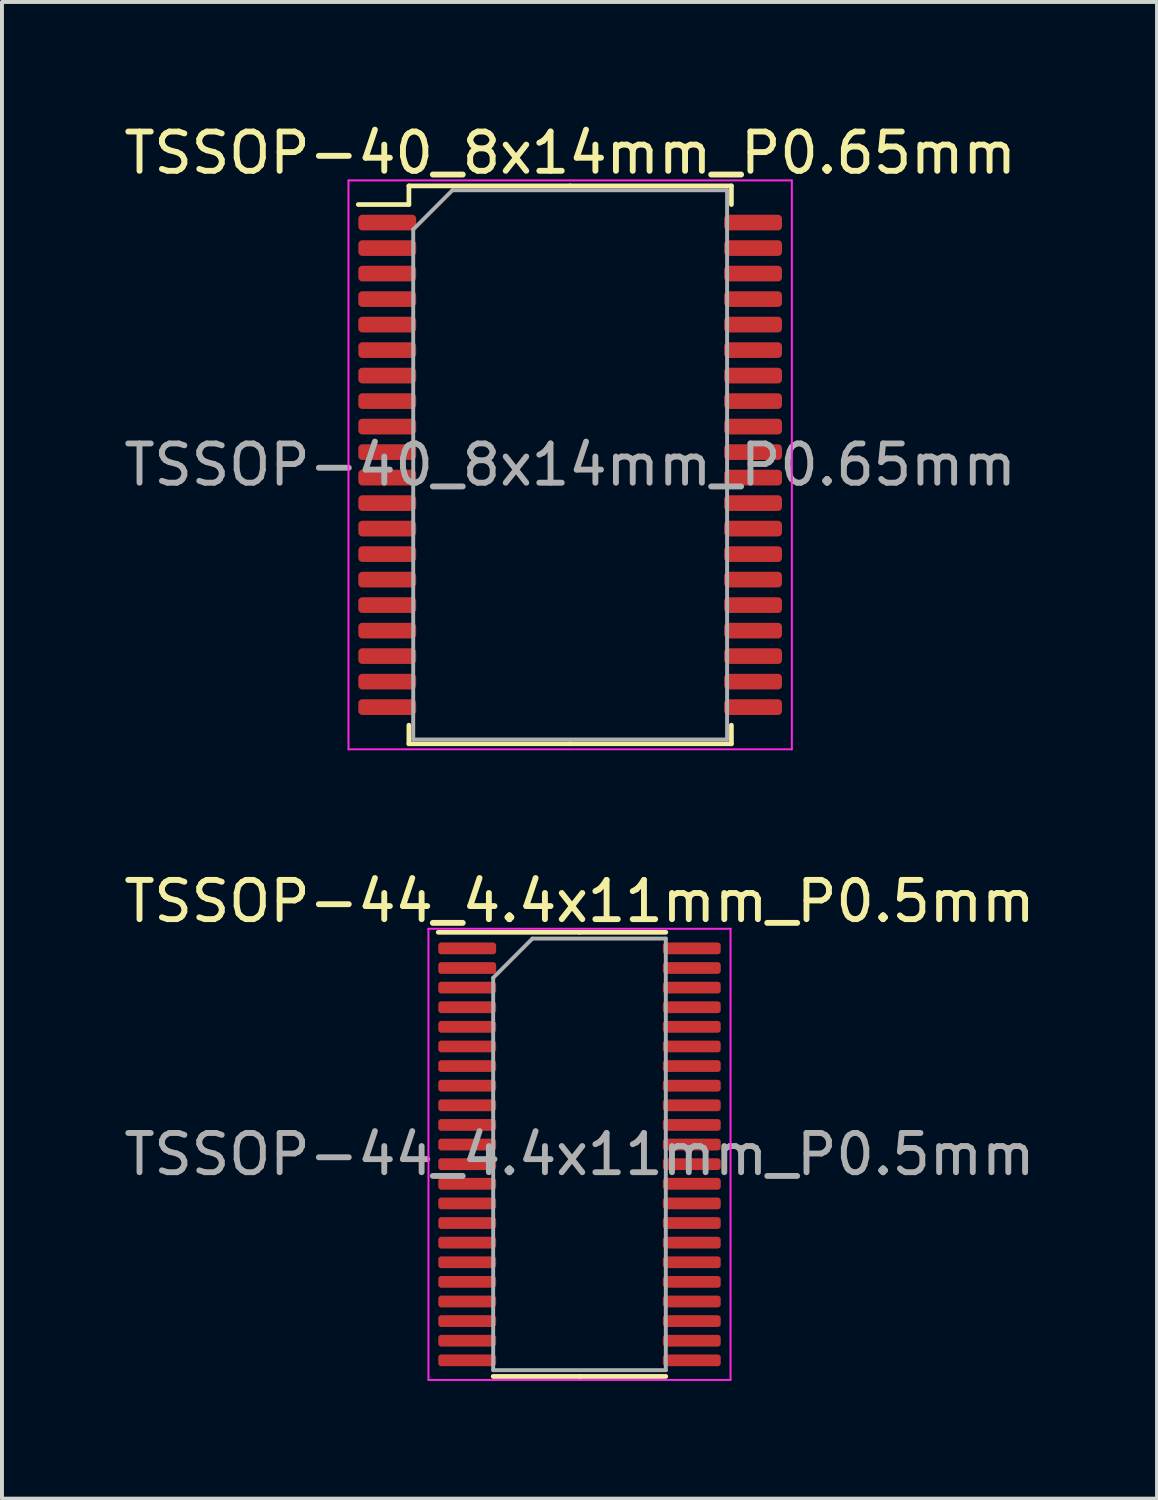
<source format=kicad_pcb>
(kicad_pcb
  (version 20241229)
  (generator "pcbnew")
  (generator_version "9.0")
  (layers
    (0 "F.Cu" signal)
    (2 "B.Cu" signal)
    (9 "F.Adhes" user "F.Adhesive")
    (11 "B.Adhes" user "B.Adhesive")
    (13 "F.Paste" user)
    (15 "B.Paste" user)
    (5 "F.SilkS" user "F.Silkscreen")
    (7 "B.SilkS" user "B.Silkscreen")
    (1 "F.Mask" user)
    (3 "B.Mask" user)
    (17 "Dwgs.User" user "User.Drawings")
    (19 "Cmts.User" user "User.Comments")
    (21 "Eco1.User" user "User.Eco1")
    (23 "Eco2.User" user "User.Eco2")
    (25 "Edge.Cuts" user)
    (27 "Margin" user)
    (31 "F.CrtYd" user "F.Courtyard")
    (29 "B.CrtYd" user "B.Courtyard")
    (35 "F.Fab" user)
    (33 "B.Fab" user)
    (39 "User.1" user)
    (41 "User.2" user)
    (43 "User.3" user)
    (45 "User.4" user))
  (footprint "TSSOP-44_4.4x11mm_P0.5mm"
    (layer "F.Cu")
    (at 11.72 26.372)
    (property "Reference" "TSSOP-44_4.4x11mm_P0.5mm" (at 0 -6.45 0) (layer "F.SilkS") (effects (font (size 1 1) (thickness 0.15))))
    (attr smd)
    (fp_line (start 0 -5.66) (end -3.6 -5.66) (stroke (width 0.12) (type solid)) (layer "F.SilkS"))
    (fp_line (start 0 -5.66) (end 2.2 -5.66) (stroke (width 0.12) (type solid)) (layer "F.SilkS"))
    (fp_line (start 0 5.66) (end -2.2 5.66) (stroke (width 0.12) (type solid)) (layer "F.SilkS"))
    (fp_line (start 0 5.66) (end 2.2 5.66) (stroke (width 0.12) (type solid)) (layer "F.SilkS"))
    (fp_line (start -3.85 -5.75) (end -3.85 5.75) (stroke (width 0.05) (type solid)) (layer "F.CrtYd"))
    (fp_line (start -3.85 5.75) (end 3.85 5.75) (stroke (width 0.05) (type solid)) (layer "F.CrtYd"))
    (fp_line (start 3.85 -5.75) (end -3.85 -5.75) (stroke (width 0.05) (type solid)) (layer "F.CrtYd"))
    (fp_line (start 3.85 5.75) (end 3.85 -5.75) (stroke (width 0.05) (type solid)) (layer "F.CrtYd"))
    (fp_line (start -2.2 -4.5) (end -1.2 -5.5) (stroke (width 0.1) (type solid)) (layer "F.Fab"))
    (fp_line (start -2.2 5.5) (end -2.2 -4.5) (stroke (width 0.1) (type solid)) (layer "F.Fab"))
    (fp_line (start -1.2 -5.5) (end 2.2 -5.5) (stroke (width 0.1) (type solid)) (layer "F.Fab"))
    (fp_line (start 2.2 -5.5) (end 2.2 5.5) (stroke (width 0.1) (type solid)) (layer "F.Fab"))
    (fp_line (start 2.2 5.5) (end -2.2 5.5) (stroke (width 0.1) (type solid)) (layer "F.Fab"))
    (fp_text user "${REFERENCE}" (at 0 0 0) (layer "F.Fab") (effects (font (size 1 1) (thickness 0.15))))
    (pad "1" smd roundrect (at -2.862 -5.25) (size 1.475 0.3) (layers "F.Cu" "F.Mask" "F.Paste") (roundrect_rratio 0.25))
    (pad "2" smd roundrect (at -2.862 -4.75) (size 1.475 0.3) (layers "F.Cu" "F.Mask" "F.Paste") (roundrect_rratio 0.25))
    (pad "3" smd roundrect (at -2.862 -4.25) (size 1.475 0.3) (layers "F.Cu" "F.Mask" "F.Paste") (roundrect_rratio 0.25))
    (pad "4" smd roundrect (at -2.862 -3.75) (size 1.475 0.3) (layers "F.Cu" "F.Mask" "F.Paste") (roundrect_rratio 0.25))
    (pad "5" smd roundrect (at -2.862 -3.25) (size 1.475 0.3) (layers "F.Cu" "F.Mask" "F.Paste") (roundrect_rratio 0.25))
    (pad "6" smd roundrect (at -2.862 -2.75) (size 1.475 0.3) (layers "F.Cu" "F.Mask" "F.Paste") (roundrect_rratio 0.25))
    (pad "7" smd roundrect (at -2.862 -2.25) (size 1.475 0.3) (layers "F.Cu" "F.Mask" "F.Paste") (roundrect_rratio 0.25))
    (pad "8" smd roundrect (at -2.862 -1.75) (size 1.475 0.3) (layers "F.Cu" "F.Mask" "F.Paste") (roundrect_rratio 0.25))
    (pad "9" smd roundrect (at -2.862 -1.25) (size 1.475 0.3) (layers "F.Cu" "F.Mask" "F.Paste") (roundrect_rratio 0.25))
    (pad "10" smd roundrect (at -2.862 -0.75) (size 1.475 0.3) (layers "F.Cu" "F.Mask" "F.Paste") (roundrect_rratio 0.25))
    (pad "11" smd roundrect (at -2.862 -0.25) (size 1.475 0.3) (layers "F.Cu" "F.Mask" "F.Paste") (roundrect_rratio 0.25))
    (pad "12" smd roundrect (at -2.862 0.25) (size 1.475 0.3) (layers "F.Cu" "F.Mask" "F.Paste") (roundrect_rratio 0.25))
    (pad "13" smd roundrect (at -2.862 0.75) (size 1.475 0.3) (layers "F.Cu" "F.Mask" "F.Paste") (roundrect_rratio 0.25))
    (pad "14" smd roundrect (at -2.862 1.25) (size 1.475 0.3) (layers "F.Cu" "F.Mask" "F.Paste") (roundrect_rratio 0.25))
    (pad "15" smd roundrect (at -2.862 1.75) (size 1.475 0.3) (layers "F.Cu" "F.Mask" "F.Paste") (roundrect_rratio 0.25))
    (pad "16" smd roundrect (at -2.862 2.25) (size 1.475 0.3) (layers "F.Cu" "F.Mask" "F.Paste") (roundrect_rratio 0.25))
    (pad "17" smd roundrect (at -2.862 2.75) (size 1.475 0.3) (layers "F.Cu" "F.Mask" "F.Paste") (roundrect_rratio 0.25))
    (pad "18" smd roundrect (at -2.862 3.25) (size 1.475 0.3) (layers "F.Cu" "F.Mask" "F.Paste") (roundrect_rratio 0.25))
    (pad "19" smd roundrect (at -2.862 3.75) (size 1.475 0.3) (layers "F.Cu" "F.Mask" "F.Paste") (roundrect_rratio 0.25))
    (pad "20" smd roundrect (at -2.862 4.25) (size 1.475 0.3) (layers "F.Cu" "F.Mask" "F.Paste") (roundrect_rratio 0.25))
    (pad "21" smd roundrect (at -2.862 4.75) (size 1.475 0.3) (layers "F.Cu" "F.Mask" "F.Paste") (roundrect_rratio 0.25))
    (pad "22" smd roundrect (at -2.862 5.25) (size 1.475 0.3) (layers "F.Cu" "F.Mask" "F.Paste") (roundrect_rratio 0.25))
    (pad "23" smd roundrect (at 2.862 5.25) (size 1.475 0.3) (layers "F.Cu" "F.Mask" "F.Paste") (roundrect_rratio 0.25))
    (pad "24" smd roundrect (at 2.862 4.75) (size 1.475 0.3) (layers "F.Cu" "F.Mask" "F.Paste") (roundrect_rratio 0.25))
    (pad "25" smd roundrect (at 2.862 4.25) (size 1.475 0.3) (layers "F.Cu" "F.Mask" "F.Paste") (roundrect_rratio 0.25))
    (pad "26" smd roundrect (at 2.862 3.75) (size 1.475 0.3) (layers "F.Cu" "F.Mask" "F.Paste") (roundrect_rratio 0.25))
    (pad "27" smd roundrect (at 2.862 3.25) (size 1.475 0.3) (layers "F.Cu" "F.Mask" "F.Paste") (roundrect_rratio 0.25))
    (pad "28" smd roundrect (at 2.862 2.75) (size 1.475 0.3) (layers "F.Cu" "F.Mask" "F.Paste") (roundrect_rratio 0.25))
    (pad "29" smd roundrect (at 2.862 2.25) (size 1.475 0.3) (layers "F.Cu" "F.Mask" "F.Paste") (roundrect_rratio 0.25))
    (pad "30" smd roundrect (at 2.862 1.75) (size 1.475 0.3) (layers "F.Cu" "F.Mask" "F.Paste") (roundrect_rratio 0.25))
    (pad "31" smd roundrect (at 2.862 1.25) (size 1.475 0.3) (layers "F.Cu" "F.Mask" "F.Paste") (roundrect_rratio 0.25))
    (pad "32" smd roundrect (at 2.862 0.75) (size 1.475 0.3) (layers "F.Cu" "F.Mask" "F.Paste") (roundrect_rratio 0.25))
    (pad "33" smd roundrect (at 2.862 0.25) (size 1.475 0.3) (layers "F.Cu" "F.Mask" "F.Paste") (roundrect_rratio 0.25))
    (pad "34" smd roundrect (at 2.862 -0.25) (size 1.475 0.3) (layers "F.Cu" "F.Mask" "F.Paste") (roundrect_rratio 0.25))
    (pad "35" smd roundrect (at 2.862 -0.75) (size 1.475 0.3) (layers "F.Cu" "F.Mask" "F.Paste") (roundrect_rratio 0.25))
    (pad "36" smd roundrect (at 2.862 -1.25) (size 1.475 0.3) (layers "F.Cu" "F.Mask" "F.Paste") (roundrect_rratio 0.25))
    (pad "37" smd roundrect (at 2.862 -1.75) (size 1.475 0.3) (layers "F.Cu" "F.Mask" "F.Paste") (roundrect_rratio 0.25))
    (pad "38" smd roundrect (at 2.862 -2.25) (size 1.475 0.3) (layers "F.Cu" "F.Mask" "F.Paste") (roundrect_rratio 0.25))
    (pad "39" smd roundrect (at 2.862 -2.75) (size 1.475 0.3) (layers "F.Cu" "F.Mask" "F.Paste") (roundrect_rratio 0.25))
    (pad "40" smd roundrect (at 2.862 -3.25) (size 1.475 0.3) (layers "F.Cu" "F.Mask" "F.Paste") (roundrect_rratio 0.25))
    (pad "41" smd roundrect (at 2.862 -3.75) (size 1.475 0.3) (layers "F.Cu" "F.Mask" "F.Paste") (roundrect_rratio 0.25))
    (pad "42" smd roundrect (at 2.862 -4.25) (size 1.475 0.3) (layers "F.Cu" "F.Mask" "F.Paste") (roundrect_rratio 0.25))
    (pad "43" smd roundrect (at 2.862 -4.75) (size 1.475 0.3) (layers "F.Cu" "F.Mask" "F.Paste") (roundrect_rratio 0.25))
    (pad "44" smd roundrect (at 2.862 -5.25) (size 1.475 0.3) (layers "F.Cu" "F.Mask" "F.Paste") (roundrect_rratio 0.25)))
  (footprint "TSSOP-40_8x14mm_P0.65mm"
    (layer "F.Cu")
    (at 11.482 8.798)
    (property "Reference" "TSSOP-40_8x14mm_P0.65mm" (at 0 -7.95 0) (layer "F.SilkS") (effects (font (size 1 1) (thickness 0.15))))
    (attr smd)
    (fp_line (start -4.11 -7.11) (end -4.11 -6.635) (stroke (width 0.12) (type solid)) (layer "F.SilkS"))
    (fp_line (start -4.11 -6.635) (end -5.4 -6.635) (stroke (width 0.12) (type solid)) (layer "F.SilkS"))
    (fp_line (start -4.11 7.11) (end -4.11 6.635) (stroke (width 0.12) (type solid)) (layer "F.SilkS"))
    (fp_line (start 0 -7.11) (end -4.11 -7.11) (stroke (width 0.12) (type solid)) (layer "F.SilkS"))
    (fp_line (start 0 -7.11) (end 4.11 -7.11) (stroke (width 0.12) (type solid)) (layer "F.SilkS"))
    (fp_line (start 0 7.11) (end -4.11 7.11) (stroke (width 0.12) (type solid)) (layer "F.SilkS"))
    (fp_line (start 0 7.11) (end 4.11 7.11) (stroke (width 0.12) (type solid)) (layer "F.SilkS"))
    (fp_line (start 4.11 -7.11) (end 4.11 -6.635) (stroke (width 0.12) (type solid)) (layer "F.SilkS"))
    (fp_line (start 4.11 7.11) (end 4.11 6.635) (stroke (width 0.12) (type solid)) (layer "F.SilkS"))
    (fp_line (start -5.65 -7.25) (end -5.65 7.25) (stroke (width 0.05) (type solid)) (layer "F.CrtYd"))
    (fp_line (start -5.65 7.25) (end 5.65 7.25) (stroke (width 0.05) (type solid)) (layer "F.CrtYd"))
    (fp_line (start 5.65 -7.25) (end -5.65 -7.25) (stroke (width 0.05) (type solid)) (layer "F.CrtYd"))
    (fp_line (start 5.65 7.25) (end 5.65 -7.25) (stroke (width 0.05) (type solid)) (layer "F.CrtYd"))
    (fp_line (start -4 -6) (end -3 -7) (stroke (width 0.1) (type solid)) (layer "F.Fab"))
    (fp_line (start -4 7) (end -4 -6) (stroke (width 0.1) (type solid)) (layer "F.Fab"))
    (fp_line (start -3 -7) (end 4 -7) (stroke (width 0.1) (type solid)) (layer "F.Fab"))
    (fp_line (start 4 -7) (end 4 7) (stroke (width 0.1) (type solid)) (layer "F.Fab"))
    (fp_line (start 4 7) (end -4 7) (stroke (width 0.1) (type solid)) (layer "F.Fab"))
    (fp_text user "${REFERENCE}" (at 0 0 0) (layer "F.Fab") (effects (font (size 1 1) (thickness 0.15))))
    (pad "1" smd roundrect (at -4.662 -6.175) (size 1.475 0.4) (layers "F.Cu" "F.Mask" "F.Paste") (roundrect_rratio 0.25))
    (pad "2" smd roundrect (at -4.662 -5.525) (size 1.475 0.4) (layers "F.Cu" "F.Mask" "F.Paste") (roundrect_rratio 0.25))
    (pad "3" smd roundrect (at -4.662 -4.875) (size 1.475 0.4) (layers "F.Cu" "F.Mask" "F.Paste") (roundrect_rratio 0.25))
    (pad "4" smd roundrect (at -4.662 -4.225) (size 1.475 0.4) (layers "F.Cu" "F.Mask" "F.Paste") (roundrect_rratio 0.25))
    (pad "5" smd roundrect (at -4.662 -3.575) (size 1.475 0.4) (layers "F.Cu" "F.Mask" "F.Paste") (roundrect_rratio 0.25))
    (pad "6" smd roundrect (at -4.662 -2.925) (size 1.475 0.4) (layers "F.Cu" "F.Mask" "F.Paste") (roundrect_rratio 0.25))
    (pad "7" smd roundrect (at -4.662 -2.275) (size 1.475 0.4) (layers "F.Cu" "F.Mask" "F.Paste") (roundrect_rratio 0.25))
    (pad "8" smd roundrect (at -4.662 -1.625) (size 1.475 0.4) (layers "F.Cu" "F.Mask" "F.Paste") (roundrect_rratio 0.25))
    (pad "9" smd roundrect (at -4.662 -0.975) (size 1.475 0.4) (layers "F.Cu" "F.Mask" "F.Paste") (roundrect_rratio 0.25))
    (pad "10" smd roundrect (at -4.662 -0.325) (size 1.475 0.4) (layers "F.Cu" "F.Mask" "F.Paste") (roundrect_rratio 0.25))
    (pad "11" smd roundrect (at -4.662 0.325) (size 1.475 0.4) (layers "F.Cu" "F.Mask" "F.Paste") (roundrect_rratio 0.25))
    (pad "12" smd roundrect (at -4.662 0.975) (size 1.475 0.4) (layers "F.Cu" "F.Mask" "F.Paste") (roundrect_rratio 0.25))
    (pad "13" smd roundrect (at -4.662 1.625) (size 1.475 0.4) (layers "F.Cu" "F.Mask" "F.Paste") (roundrect_rratio 0.25))
    (pad "14" smd roundrect (at -4.662 2.275) (size 1.475 0.4) (layers "F.Cu" "F.Mask" "F.Paste") (roundrect_rratio 0.25))
    (pad "15" smd roundrect (at -4.662 2.925) (size 1.475 0.4) (layers "F.Cu" "F.Mask" "F.Paste") (roundrect_rratio 0.25))
    (pad "16" smd roundrect (at -4.662 3.575) (size 1.475 0.4) (layers "F.Cu" "F.Mask" "F.Paste") (roundrect_rratio 0.25))
    (pad "17" smd roundrect (at -4.662 4.225) (size 1.475 0.4) (layers "F.Cu" "F.Mask" "F.Paste") (roundrect_rratio 0.25))
    (pad "18" smd roundrect (at -4.662 4.875) (size 1.475 0.4) (layers "F.Cu" "F.Mask" "F.Paste") (roundrect_rratio 0.25))
    (pad "19" smd roundrect (at -4.662 5.525) (size 1.475 0.4) (layers "F.Cu" "F.Mask" "F.Paste") (roundrect_rratio 0.25))
    (pad "20" smd roundrect (at -4.662 6.175) (size 1.475 0.4) (layers "F.Cu" "F.Mask" "F.Paste") (roundrect_rratio 0.25))
    (pad "21" smd roundrect (at 4.662 6.175) (size 1.475 0.4) (layers "F.Cu" "F.Mask" "F.Paste") (roundrect_rratio 0.25))
    (pad "22" smd roundrect (at 4.662 5.525) (size 1.475 0.4) (layers "F.Cu" "F.Mask" "F.Paste") (roundrect_rratio 0.25))
    (pad "23" smd roundrect (at 4.662 4.875) (size 1.475 0.4) (layers "F.Cu" "F.Mask" "F.Paste") (roundrect_rratio 0.25))
    (pad "24" smd roundrect (at 4.662 4.225) (size 1.475 0.4) (layers "F.Cu" "F.Mask" "F.Paste") (roundrect_rratio 0.25))
    (pad "25" smd roundrect (at 4.662 3.575) (size 1.475 0.4) (layers "F.Cu" "F.Mask" "F.Paste") (roundrect_rratio 0.25))
    (pad "26" smd roundrect (at 4.662 2.925) (size 1.475 0.4) (layers "F.Cu" "F.Mask" "F.Paste") (roundrect_rratio 0.25))
    (pad "27" smd roundrect (at 4.662 2.275) (size 1.475 0.4) (layers "F.Cu" "F.Mask" "F.Paste") (roundrect_rratio 0.25))
    (pad "28" smd roundrect (at 4.662 1.625) (size 1.475 0.4) (layers "F.Cu" "F.Mask" "F.Paste") (roundrect_rratio 0.25))
    (pad "29" smd roundrect (at 4.662 0.975) (size 1.475 0.4) (layers "F.Cu" "F.Mask" "F.Paste") (roundrect_rratio 0.25))
    (pad "30" smd roundrect (at 4.662 0.325) (size 1.475 0.4) (layers "F.Cu" "F.Mask" "F.Paste") (roundrect_rratio 0.25))
    (pad "31" smd roundrect (at 4.662 -0.325) (size 1.475 0.4) (layers "F.Cu" "F.Mask" "F.Paste") (roundrect_rratio 0.25))
    (pad "32" smd roundrect (at 4.662 -0.975) (size 1.475 0.4) (layers "F.Cu" "F.Mask" "F.Paste") (roundrect_rratio 0.25))
    (pad "33" smd roundrect (at 4.662 -1.625) (size 1.475 0.4) (layers "F.Cu" "F.Mask" "F.Paste") (roundrect_rratio 0.25))
    (pad "34" smd roundrect (at 4.662 -2.275) (size 1.475 0.4) (layers "F.Cu" "F.Mask" "F.Paste") (roundrect_rratio 0.25))
    (pad "35" smd roundrect (at 4.662 -2.925) (size 1.475 0.4) (layers "F.Cu" "F.Mask" "F.Paste") (roundrect_rratio 0.25))
    (pad "36" smd roundrect (at 4.662 -3.575) (size 1.475 0.4) (layers "F.Cu" "F.Mask" "F.Paste") (roundrect_rratio 0.25))
    (pad "37" smd roundrect (at 4.662 -4.225) (size 1.475 0.4) (layers "F.Cu" "F.Mask" "F.Paste") (roundrect_rratio 0.25))
    (pad "38" smd roundrect (at 4.662 -4.875) (size 1.475 0.4) (layers "F.Cu" "F.Mask" "F.Paste") (roundrect_rratio 0.25))
    (pad "39" smd roundrect (at 4.662 -5.525) (size 1.475 0.4) (layers "F.Cu" "F.Mask" "F.Paste") (roundrect_rratio 0.25))
    (pad "40" smd roundrect (at 4.662 -6.175) (size 1.475 0.4) (layers "F.Cu" "F.Mask" "F.Paste") (roundrect_rratio 0.25)))
  (gr_rect
    (start -3 -3)
    (end 26.44 35.147)
    (stroke (width 0.1) (type default))
    (fill no)
    (layer "Edge.Cuts")))
</source>
